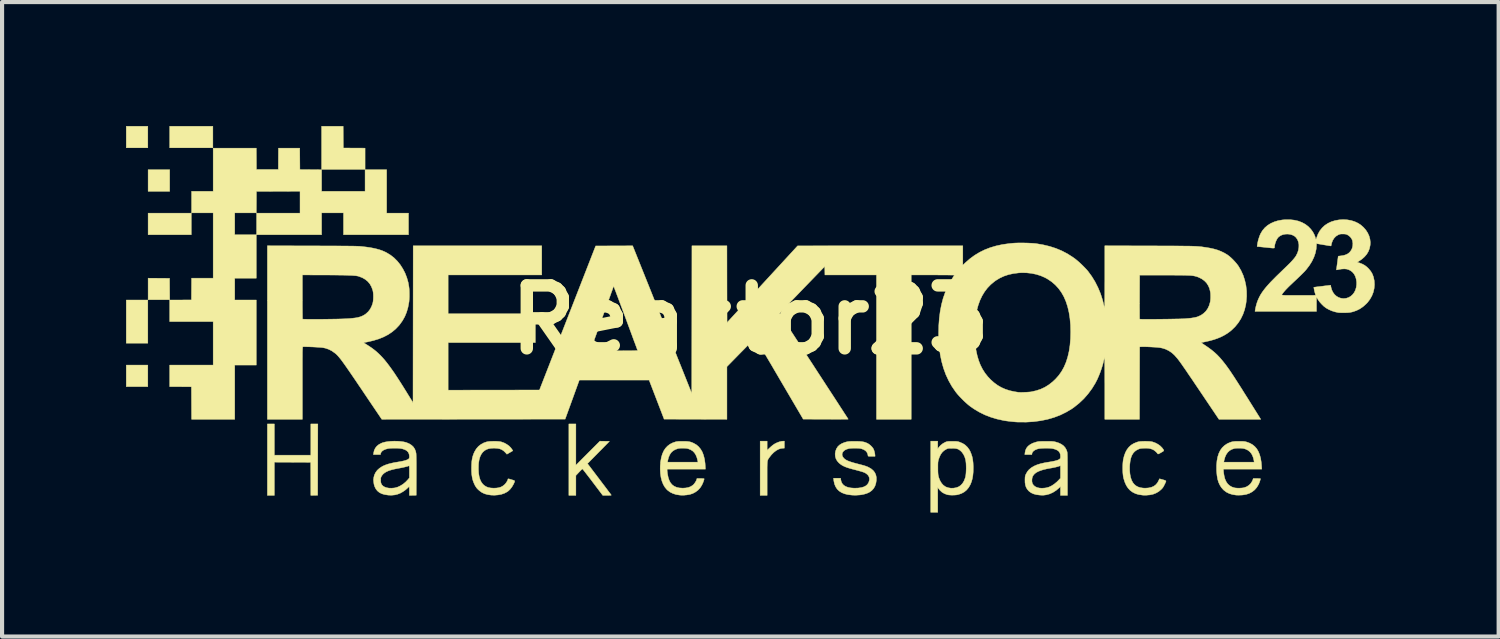
<source format=kicad_pcb>
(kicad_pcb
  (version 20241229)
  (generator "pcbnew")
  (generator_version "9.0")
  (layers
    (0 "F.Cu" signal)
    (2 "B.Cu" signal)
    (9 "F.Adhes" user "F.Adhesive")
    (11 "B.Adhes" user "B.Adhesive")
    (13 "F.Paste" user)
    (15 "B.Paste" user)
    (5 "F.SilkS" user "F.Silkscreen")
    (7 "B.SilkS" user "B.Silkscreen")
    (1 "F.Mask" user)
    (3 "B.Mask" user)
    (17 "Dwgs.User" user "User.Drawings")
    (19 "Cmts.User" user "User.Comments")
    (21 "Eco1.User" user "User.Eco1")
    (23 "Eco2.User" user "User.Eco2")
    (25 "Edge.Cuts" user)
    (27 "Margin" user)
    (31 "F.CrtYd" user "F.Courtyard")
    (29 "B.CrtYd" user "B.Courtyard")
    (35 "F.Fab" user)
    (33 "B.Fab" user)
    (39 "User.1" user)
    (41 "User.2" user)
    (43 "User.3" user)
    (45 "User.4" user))
  (footprint "Reaktor23"
    (layer "F.Cu")
    (at 15.104 4.69)
    (property "Reference" "Reaktor23" (at 0 0 0) (layer "F.SilkS") (effects (font (size 1.524 1.524) (thickness 0.3))))
    (attr through_hole)
    (fp_poly (pts (xy -14.577 -4.163) (xy -15.099 -4.163) (xy -15.099 -4.685) (xy -14.577 -4.685) (xy -14.577 -4.163)) (stroke (width 0.01) (type solid)) (fill yes) (layer "F.SilkS"))
    (fp_poly (pts (xy -14.577 0.564) (xy -15.099 0.564) (xy -15.099 -0.48) (xy -14.577 -0.48) (xy -14.577 0.564)) (stroke (width 0.01) (type solid)) (fill yes) (layer "F.SilkS"))
    (fp_poly (pts (xy -14.577 1.616) (xy -15.099 1.616) (xy -15.099 1.094) (xy -14.577 1.094) (xy -14.577 1.616)) (stroke (width 0.01) (type solid)) (fill yes) (layer "F.SilkS"))
    (fp_poly (pts (xy -14.048 -3.111) (xy -14.57 -3.111) (xy -14.57 -3.634) (xy -14.048 -3.634) (xy -14.048 -3.111)) (stroke (width 0.01) (type solid)) (fill yes) (layer "F.SilkS"))
    (fp_poly (pts (xy -13.525 -2.06) (xy -14.57 -2.06) (xy -14.57 -2.582) (xy -13.525 -2.582) (xy -13.525 -2.06)) (stroke (width 0.01) (type solid)) (fill yes) (layer "F.SilkS"))
    (fp_poly (pts (xy -13.003 -4.163) (xy -14.048 -4.163) (xy -14.048 -4.685) (xy -13.003 -4.685) (xy -13.003 -4.163)) (stroke (width 0.01) (type solid)) (fill yes) (layer "F.SilkS"))
    (fp_poly (pts (xy -14.051 -1.005) (xy -14.049 -0.746) (xy -14.047 -0.487) (xy -14.57 -0.487) (xy -14.57 -1.009) (xy -14.051 -1.005)) (stroke (width 0.01) (type solid)) (fill yes) (layer "F.SilkS"))
    (fp_poly (pts (xy -9.848 -4.422) (xy -9.846 -4.159) (xy -9.583 -4.157) (xy -9.32 -4.156) (xy -9.32 -3.641) (xy -10.372 -3.641) (xy -10.372 -4.685) (xy -9.85 -4.685) (xy -9.848 -4.422)) (stroke (width 0.01) (type solid)) (fill yes) (layer "F.SilkS"))
    (fp_poly (pts (xy -11.515 3.274) (xy -10.633 3.274) (xy -10.633 2.519) (xy -10.463 2.519) (xy -10.465 3.381) (xy -10.467 4.244) (xy -10.55 4.246) (xy -10.633 4.248) (xy -10.634 3.847) (xy -10.636 3.447) (xy -11.075 3.445) (xy -11.515 3.443) (xy -11.515 4.247) (xy -11.684 4.247) (xy -11.684 2.519) (xy -11.515 2.519) (xy -11.515 3.274)) (stroke (width 0.01) (type solid)) (fill yes) (layer "F.SilkS"))
    (fp_poly (pts (xy 0.409 3.156) (xy 0.467 3.1) (xy 0.51 3.061) (xy 0.548 3.03) (xy 0.584 3.005) (xy 0.623 2.984) (xy 0.639 2.976) (xy 0.7 2.952) (xy 0.756 2.938) (xy 0.792 2.935) (xy 0.826 2.935) (xy 0.826 3.104) (xy 0.796 3.105) (xy 0.739 3.112) (xy 0.681 3.132) (xy 0.623 3.165) (xy 0.567 3.209) (xy 0.512 3.265) (xy 0.465 3.325) (xy 0.454 3.341) (xy 0.444 3.355) (xy 0.436 3.368) (xy 0.429 3.381) (xy 0.423 3.395) (xy 0.419 3.412) (xy 0.415 3.432) (xy 0.413 3.458) (xy 0.411 3.49) (xy 0.41 3.529) (xy 0.409 3.577) (xy 0.409 3.635) (xy 0.409 3.704) (xy 0.409 3.785) (xy 0.409 3.836) (xy 0.409 4.247) (xy 0.24 4.247) (xy 0.24 2.935) (xy 0.409 2.935) (xy 0.409 3.156)) (stroke (width 0.01) (type solid)) (fill yes) (layer "F.SilkS"))
    (fp_poly (pts (xy -4.219 3.018) (xy -4.219 3.517) (xy -3.929 3.226) (xy -3.638 2.935) (xy -3.522 2.937) (xy -3.407 2.939) (xy -3.672 3.208) (xy -3.938 3.478) (xy -3.653 3.854) (xy -3.604 3.919) (xy -3.558 3.98) (xy -3.515 4.036) (xy -3.476 4.088) (xy -3.442 4.134) (xy -3.413 4.172) (xy -3.389 4.203) (xy -3.373 4.225) (xy -3.364 4.237) (xy -3.363 4.239) (xy -3.364 4.242) (xy -3.374 4.245) (xy -3.395 4.246) (xy -3.427 4.247) (xy -3.463 4.247) (xy -3.568 4.247) (xy -3.811 3.926) (xy -3.855 3.867) (xy -3.898 3.812) (xy -3.937 3.761) (xy -3.972 3.716) (xy -4.002 3.677) (xy -4.027 3.645) (xy -4.046 3.622) (xy -4.057 3.609) (xy -4.06 3.606) (xy -4.068 3.611) (xy -4.082 3.624) (xy -4.103 3.644) (xy -4.128 3.67) (xy -4.143 3.686) (xy -4.219 3.766) (xy -4.219 4.247) (xy -4.389 4.247) (xy -4.389 2.519) (xy -4.219 2.519) (xy -4.219 3.018)) (stroke (width 0.01) (type solid)) (fill yes) (layer "F.SilkS"))
    (fp_poly (pts (xy -11.95 -3.896) (xy -11.949 -3.637) (xy -11.419 -3.637) (xy -11.418 -3.896) (xy -11.416 -4.156) (xy -10.901 -4.156) (xy -10.897 -3.637) (xy -10.634 -3.635) (xy -10.372 -3.633) (xy -10.372 -3.111) (xy -9.32 -3.111) (xy -9.32 -3.634) (xy -8.798 -3.634) (xy -8.798 -2.582) (xy -8.269 -2.582) (xy -8.269 -2.06) (xy -9.842 -2.06) (xy -9.842 -2.589) (xy -10.372 -2.589) (xy -10.372 -2.06) (xy -11.945 -2.06) (xy -11.945 -2.582) (xy -10.894 -2.582) (xy -10.894 -3.112) (xy -11.421 -3.11) (xy -11.949 -3.108) (xy -11.95 -2.849) (xy -11.952 -2.589) (xy -12.474 -2.589) (xy -12.474 -2.06) (xy -11.952 -2.06) (xy -11.952 -1.009) (xy -12.474 -1.009) (xy -12.474 -0.48) (xy -11.952 -0.48) (xy -11.952 1.094) (xy -12.474 1.094) (xy -12.474 2.406) (xy -13.518 2.406) (xy -13.52 2.013) (xy -13.522 1.619) (xy -13.785 1.617) (xy -14.048 1.616) (xy -14.048 1.094) (xy -12.996 1.094) (xy -12.996 0.042) (xy -14.048 0.042) (xy -14.048 -0.48) (xy -13.785 -0.481) (xy -13.522 -0.483) (xy -13.52 -0.746) (xy -13.518 -1.009) (xy -12.996 -1.009) (xy -12.996 -2.589) (xy -13.518 -2.589) (xy -13.518 -3.111) (xy -12.996 -3.111) (xy -12.996 -4.156) (xy -11.952 -4.156) (xy -11.95 -3.896)) (stroke (width 0.01) (type solid)) (fill yes) (layer "F.SilkS"))
    (fp_poly (pts (xy -6.153 2.938) (xy -6.104 2.941) (xy -6.061 2.945) (xy -6.029 2.951) (xy -6.025 2.952) (xy -5.957 2.976) (xy -5.894 3.01) (xy -5.837 3.05) (xy -5.791 3.097) (xy -5.765 3.133) (xy -5.744 3.167) (xy -5.888 3.251) (xy -5.927 3.208) (xy -5.967 3.17) (xy -6.009 3.142) (xy -6.056 3.122) (xy -6.111 3.11) (xy -6.175 3.105) (xy -6.203 3.104) (xy -6.273 3.108) (xy -6.332 3.118) (xy -6.382 3.136) (xy -6.427 3.162) (xy -6.468 3.198) (xy -6.473 3.203) (xy -6.509 3.252) (xy -6.538 3.312) (xy -6.559 3.383) (xy -6.572 3.465) (xy -6.575 3.506) (xy -6.577 3.613) (xy -6.572 3.708) (xy -6.559 3.791) (xy -6.538 3.862) (xy -6.509 3.923) (xy -6.473 3.972) (xy -6.471 3.975) (xy -6.43 4.011) (xy -6.386 4.038) (xy -6.336 4.057) (xy -6.278 4.068) (xy -6.209 4.072) (xy -6.205 4.072) (xy -6.137 4.069) (xy -6.08 4.06) (xy -6.031 4.044) (xy -5.987 4.02) (xy -5.946 3.987) (xy -5.943 3.985) (xy -5.923 3.963) (xy -5.903 3.936) (xy -5.885 3.908) (xy -5.871 3.881) (xy -5.864 3.86) (xy -5.863 3.855) (xy -5.862 3.849) (xy -5.858 3.847) (xy -5.849 3.847) (xy -5.832 3.85) (xy -5.806 3.858) (xy -5.771 3.868) (xy -5.738 3.878) (xy -5.716 3.885) (xy -5.704 3.893) (xy -5.7 3.905) (xy -5.704 3.921) (xy -5.714 3.946) (xy -5.731 3.981) (xy -5.733 3.985) (xy -5.767 4.043) (xy -5.808 4.096) (xy -5.853 4.14) (xy -5.884 4.162) (xy -5.948 4.196) (xy -6.021 4.221) (xy -6.102 4.236) (xy -6.189 4.243) (xy -6.272 4.24) (xy -6.355 4.228) (xy -6.427 4.208) (xy -6.491 4.178) (xy -6.549 4.137) (xy -6.584 4.106) (xy -6.614 4.075) (xy -6.636 4.045) (xy -6.656 4.013) (xy -6.67 3.986) (xy -6.695 3.929) (xy -6.715 3.871) (xy -6.729 3.809) (xy -6.739 3.741) (xy -6.744 3.665) (xy -6.745 3.588) (xy -6.743 3.501) (xy -6.738 3.426) (xy -6.728 3.359) (xy -6.713 3.298) (xy -6.693 3.24) (xy -6.67 3.189) (xy -6.629 3.121) (xy -6.578 3.062) (xy -6.517 3.014) (xy -6.448 2.976) (xy -6.378 2.952) (xy -6.347 2.946) (xy -6.306 2.941) (xy -6.257 2.939) (xy -6.205 2.938) (xy -6.153 2.938)) (stroke (width 0.01) (type solid)) (fill yes) (layer "F.SilkS"))
    (fp_poly (pts (xy 11.876 2.939) (xy 11.913 2.94) (xy 11.942 2.941) (xy 11.965 2.944) (xy 11.986 2.948) (xy 12.008 2.954) (xy 12.011 2.955) (xy 12.085 2.982) (xy 12.151 3.018) (xy 12.208 3.064) (xy 12.256 3.119) (xy 12.295 3.185) (xy 12.326 3.261) (xy 12.35 3.348) (xy 12.366 3.447) (xy 12.373 3.53) (xy 12.378 3.612) (xy 11.451 3.612) (xy 11.451 3.642) (xy 11.453 3.678) (xy 11.459 3.722) (xy 11.467 3.769) (xy 11.477 3.813) (xy 11.487 3.849) (xy 11.489 3.854) (xy 11.518 3.918) (xy 11.555 3.971) (xy 11.601 4.012) (xy 11.655 4.043) (xy 11.715 4.063) (xy 11.746 4.068) (xy 11.786 4.071) (xy 11.831 4.072) (xy 11.876 4.07) (xy 11.916 4.066) (xy 11.947 4.061) (xy 11.947 4.061) (xy 12.011 4.038) (xy 12.065 4.004) (xy 12.11 3.961) (xy 12.144 3.908) (xy 12.16 3.872) (xy 12.173 3.838) (xy 12.26 3.838) (xy 12.293 3.839) (xy 12.321 3.84) (xy 12.339 3.842) (xy 12.347 3.844) (xy 12.347 3.845) (xy 12.345 3.858) (xy 12.338 3.881) (xy 12.329 3.91) (xy 12.318 3.94) (xy 12.307 3.967) (xy 12.298 3.986) (xy 12.256 4.056) (xy 12.205 4.114) (xy 12.145 4.161) (xy 12.077 4.198) (xy 11.999 4.224) (xy 11.913 4.238) (xy 11.818 4.242) (xy 11.756 4.24) (xy 11.673 4.227) (xy 11.595 4.204) (xy 11.525 4.17) (xy 11.464 4.125) (xy 11.444 4.106) (xy 11.399 4.054) (xy 11.362 3.995) (xy 11.332 3.929) (xy 11.31 3.855) (xy 11.295 3.77) (xy 11.286 3.675) (xy 11.284 3.636) (xy 11.284 3.519) (xy 11.291 3.443) (xy 11.459 3.443) (xy 12.194 3.443) (xy 12.189 3.408) (xy 12.18 3.365) (xy 12.166 3.318) (xy 12.147 3.273) (xy 12.128 3.238) (xy 12.09 3.192) (xy 12.042 3.154) (xy 11.983 3.126) (xy 11.947 3.115) (xy 11.916 3.11) (xy 11.876 3.106) (xy 11.831 3.105) (xy 11.786 3.105) (xy 11.745 3.108) (xy 11.718 3.112) (xy 11.655 3.132) (xy 11.601 3.162) (xy 11.556 3.203) (xy 11.518 3.256) (xy 11.489 3.32) (xy 11.468 3.395) (xy 11.463 3.42) (xy 11.459 3.443) (xy 11.291 3.443) (xy 11.293 3.413) (xy 11.311 3.317) (xy 11.338 3.232) (xy 11.374 3.158) (xy 11.419 3.095) (xy 11.474 3.042) (xy 11.537 2.999) (xy 11.561 2.987) (xy 11.597 2.971) (xy 11.631 2.958) (xy 11.664 2.949) (xy 11.699 2.944) (xy 11.741 2.94) (xy 11.791 2.939) (xy 11.829 2.939) (xy 11.876 2.939)) (stroke (width 0.01) (type solid)) (fill yes) (layer "F.SilkS"))
    (fp_poly (pts (xy -1.576 2.939) (xy -1.529 2.941) (xy -1.49 2.946) (xy -1.456 2.952) (xy -1.423 2.962) (xy -1.389 2.976) (xy -1.369 2.985) (xy -1.303 3.023) (xy -1.247 3.071) (xy -1.199 3.13) (xy -1.159 3.199) (xy -1.129 3.28) (xy -1.106 3.371) (xy -1.092 3.474) (xy -1.089 3.526) (xy -1.084 3.612) (xy -2.011 3.612) (xy -2.011 3.639) (xy -2.01 3.658) (xy -2.007 3.685) (xy -2.003 3.718) (xy -2 3.735) (xy -1.984 3.816) (xy -1.96 3.885) (xy -1.929 3.943) (xy -1.89 3.989) (xy -1.842 4.025) (xy -1.786 4.05) (xy -1.72 4.066) (xy -1.645 4.071) (xy -1.633 4.072) (xy -1.558 4.067) (xy -1.492 4.054) (xy -1.435 4.031) (xy -1.386 3.998) (xy -1.383 3.996) (xy -1.362 3.974) (xy -1.339 3.944) (xy -1.318 3.911) (xy -1.302 3.88) (xy -1.297 3.865) (xy -1.289 3.838) (xy -1.202 3.838) (xy -1.164 3.839) (xy -1.138 3.84) (xy -1.123 3.842) (xy -1.116 3.845) (xy -1.115 3.848) (xy -1.118 3.865) (xy -1.126 3.891) (xy -1.137 3.923) (xy -1.151 3.957) (xy -1.167 3.99) (xy -1.173 4.003) (xy -1.213 4.065) (xy -1.264 4.12) (xy -1.324 4.165) (xy -1.391 4.201) (xy -1.464 4.225) (xy -1.541 4.237) (xy -1.57 4.239) (xy -1.597 4.242) (xy -1.616 4.243) (xy -1.634 4.243) (xy -1.661 4.243) (xy -1.693 4.241) (xy -1.706 4.24) (xy -1.792 4.227) (xy -1.87 4.202) (xy -1.941 4.167) (xy -2.003 4.12) (xy -2.019 4.105) (xy -2.066 4.048) (xy -2.105 3.981) (xy -2.136 3.903) (xy -2.159 3.816) (xy -2.173 3.72) (xy -2.179 3.616) (xy -2.178 3.538) (xy -2.17 3.443) (xy -2.002 3.443) (xy -1.265 3.443) (xy -1.271 3.41) (xy -1.29 3.334) (xy -1.316 3.27) (xy -1.349 3.217) (xy -1.391 3.174) (xy -1.442 3.142) (xy -1.503 3.118) (xy -1.514 3.115) (xy -1.548 3.109) (xy -1.591 3.106) (xy -1.639 3.105) (xy -1.686 3.106) (xy -1.727 3.11) (xy -1.752 3.115) (xy -1.815 3.138) (xy -1.869 3.17) (xy -1.914 3.212) (xy -1.949 3.265) (xy -1.976 3.329) (xy -1.993 3.395) (xy -2.002 3.443) (xy -2.17 3.443) (xy -2.169 3.43) (xy -2.152 3.333) (xy -2.127 3.247) (xy -2.094 3.172) (xy -2.052 3.107) (xy -2.001 3.053) (xy -1.941 3.008) (xy -1.872 2.973) (xy -1.806 2.951) (xy -1.785 2.946) (xy -1.761 2.943) (xy -1.731 2.94) (xy -1.693 2.939) (xy -1.644 2.939) (xy -1.633 2.939) (xy -1.576 2.939)) (stroke (width 0.01) (type solid)) (fill yes) (layer "F.SilkS"))
    (fp_poly (pts (xy 4.537 3.119) (xy 4.571 3.075) (xy 4.613 3.03) (xy 4.665 2.99) (xy 4.723 2.959) (xy 4.732 2.955) (xy 4.748 2.949) (xy 4.764 2.945) (xy 4.782 2.942) (xy 4.804 2.94) (xy 4.834 2.939) (xy 4.875 2.939) (xy 4.893 2.939) (xy 4.938 2.939) (xy 4.971 2.94) (xy 4.997 2.941) (xy 5.017 2.944) (xy 5.036 2.948) (xy 5.055 2.954) (xy 5.069 2.959) (xy 5.142 2.99) (xy 5.204 3.031) (xy 5.257 3.082) (xy 5.301 3.143) (xy 5.323 3.184) (xy 5.349 3.248) (xy 5.37 3.313) (xy 5.384 3.384) (xy 5.393 3.462) (xy 5.397 3.55) (xy 5.397 3.588) (xy 5.395 3.683) (xy 5.387 3.768) (xy 5.374 3.843) (xy 5.355 3.912) (xy 5.33 3.977) (xy 5.323 3.991) (xy 5.283 4.06) (xy 5.234 4.118) (xy 5.177 4.165) (xy 5.111 4.201) (xy 5.036 4.226) (xy 5.002 4.234) (xy 4.968 4.238) (xy 4.925 4.24) (xy 4.879 4.241) (xy 4.834 4.239) (xy 4.795 4.235) (xy 4.768 4.23) (xy 4.7 4.205) (xy 4.64 4.17) (xy 4.589 4.123) (xy 4.564 4.093) (xy 4.537 4.055) (xy 4.537 4.657) (xy 4.367 4.657) (xy 4.367 3.581) (xy 4.541 3.581) (xy 4.541 3.644) (xy 4.543 3.696) (xy 4.546 3.739) (xy 4.552 3.776) (xy 4.561 3.81) (xy 4.573 3.844) (xy 4.588 3.88) (xy 4.594 3.893) (xy 4.629 3.952) (xy 4.672 4) (xy 4.722 4.036) (xy 4.739 4.044) (xy 4.795 4.063) (xy 4.857 4.073) (xy 4.922 4.071) (xy 4.987 4.06) (xy 4.988 4.059) (xy 5.046 4.037) (xy 5.096 4.002) (xy 5.138 3.956) (xy 5.173 3.898) (xy 5.2 3.828) (xy 5.209 3.798) (xy 5.216 3.76) (xy 5.221 3.711) (xy 5.224 3.655) (xy 5.226 3.596) (xy 5.225 3.537) (xy 5.223 3.48) (xy 5.218 3.431) (xy 5.212 3.391) (xy 5.212 3.39) (xy 5.191 3.32) (xy 5.162 3.258) (xy 5.126 3.206) (xy 5.102 3.18) (xy 5.071 3.154) (xy 5.041 3.134) (xy 5.01 3.121) (xy 4.974 3.113) (xy 4.931 3.109) (xy 4.882 3.108) (xy 4.844 3.108) (xy 4.816 3.109) (xy 4.795 3.111) (xy 4.779 3.114) (xy 4.763 3.12) (xy 4.745 3.129) (xy 4.741 3.131) (xy 4.688 3.164) (xy 4.643 3.207) (xy 4.605 3.262) (xy 4.575 3.328) (xy 4.561 3.369) (xy 4.554 3.391) (xy 4.549 3.41) (xy 4.546 3.429) (xy 4.543 3.451) (xy 4.542 3.478) (xy 4.541 3.512) (xy 4.541 3.557) (xy 4.541 3.581) (xy 4.367 3.581) (xy 4.367 2.935) (xy 4.537 2.935) (xy 4.537 3.119)) (stroke (width 0.01) (type solid)) (fill yes) (layer "F.SilkS"))
    (fp_poly (pts (xy 9.609 2.939) (xy 9.657 2.941) (xy 9.699 2.945) (xy 9.73 2.951) (xy 9.799 2.975) (xy 9.864 3.009) (xy 9.92 3.049) (xy 9.967 3.096) (xy 9.987 3.123) (xy 9.999 3.14) (xy 10.006 3.154) (xy 10.006 3.164) (xy 9.999 3.174) (xy 9.984 3.186) (xy 9.958 3.201) (xy 9.931 3.217) (xy 9.902 3.233) (xy 9.883 3.242) (xy 9.871 3.246) (xy 9.865 3.245) (xy 9.86 3.241) (xy 9.86 3.24) (xy 9.845 3.221) (xy 9.823 3.197) (xy 9.796 3.174) (xy 9.769 3.153) (xy 9.748 3.141) (xy 9.709 3.125) (xy 9.67 3.114) (xy 9.628 3.107) (xy 9.579 3.105) (xy 9.536 3.106) (xy 9.493 3.108) (xy 9.46 3.111) (xy 9.434 3.115) (xy 9.412 3.122) (xy 9.403 3.125) (xy 9.348 3.152) (xy 9.302 3.186) (xy 9.264 3.229) (xy 9.233 3.282) (xy 9.21 3.344) (xy 9.194 3.418) (xy 9.184 3.503) (xy 9.181 3.545) (xy 9.181 3.642) (xy 9.189 3.73) (xy 9.204 3.809) (xy 9.227 3.878) (xy 9.257 3.936) (xy 9.291 3.978) (xy 9.334 4.015) (xy 9.384 4.042) (xy 9.44 4.06) (xy 9.506 4.07) (xy 9.557 4.072) (xy 9.635 4.067) (xy 9.703 4.052) (xy 9.761 4.028) (xy 9.81 3.993) (xy 9.85 3.948) (xy 9.879 3.897) (xy 9.89 3.873) (xy 9.898 3.856) (xy 9.903 3.847) (xy 9.903 3.846) (xy 9.91 3.847) (xy 9.928 3.852) (xy 9.954 3.859) (xy 9.983 3.867) (xy 10.02 3.878) (xy 10.044 3.887) (xy 10.057 3.895) (xy 10.061 3.901) (xy 10.058 3.912) (xy 10.05 3.932) (xy 10.038 3.959) (xy 10.025 3.985) (xy 10.005 4.025) (xy 9.986 4.056) (xy 9.964 4.083) (xy 9.942 4.105) (xy 9.885 4.153) (xy 9.819 4.191) (xy 9.748 4.219) (xy 9.673 4.235) (xy 9.649 4.237) (xy 9.62 4.239) (xy 9.593 4.242) (xy 9.574 4.243) (xy 9.556 4.243) (xy 9.528 4.243) (xy 9.497 4.241) (xy 9.49 4.24) (xy 9.402 4.228) (xy 9.324 4.205) (xy 9.255 4.171) (xy 9.194 4.127) (xy 9.142 4.071) (xy 9.099 4.005) (xy 9.064 3.927) (xy 9.036 3.838) (xy 9.026 3.792) (xy 9.021 3.751) (xy 9.016 3.7) (xy 9.014 3.642) (xy 9.013 3.581) (xy 9.014 3.52) (xy 9.017 3.463) (xy 9.022 3.414) (xy 9.026 3.383) (xy 9.049 3.29) (xy 9.079 3.208) (xy 9.117 3.138) (xy 9.163 3.079) (xy 9.217 3.03) (xy 9.28 2.991) (xy 9.353 2.961) (xy 9.384 2.951) (xy 9.415 2.945) (xy 9.456 2.941) (xy 9.505 2.939) (xy 9.557 2.938) (xy 9.609 2.939)) (stroke (width 0.01) (type solid)) (fill yes) (layer "F.SilkS"))
    (fp_poly (pts (xy -8.54 2.936) (xy -8.465 2.941) (xy -8.396 2.95) (xy -8.337 2.963) (xy -8.318 2.969) (xy -8.25 2.998) (xy -8.194 3.034) (xy -8.15 3.076) (xy -8.117 3.127) (xy -8.095 3.185) (xy -8.085 3.235) (xy -8.084 3.255) (xy -8.083 3.288) (xy -8.082 3.333) (xy -8.081 3.391) (xy -8.08 3.46) (xy -8.08 3.54) (xy -8.08 3.63) (xy -8.08 3.73) (xy -8.08 3.768) (xy -8.082 4.244) (xy -8.248 4.248) (xy -8.248 4.142) (xy -8.248 4.105) (xy -8.249 4.074) (xy -8.251 4.05) (xy -8.253 4.038) (xy -8.254 4.036) (xy -8.261 4.04) (xy -8.275 4.053) (xy -8.287 4.065) (xy -8.342 4.114) (xy -8.403 4.157) (xy -8.467 4.193) (xy -8.533 4.219) (xy -8.596 4.235) (xy -8.618 4.237) (xy -8.645 4.24) (xy -8.667 4.242) (xy -8.678 4.243) (xy -8.693 4.243) (xy -8.718 4.242) (xy -8.748 4.241) (xy -8.763 4.24) (xy -8.844 4.228) (xy -8.913 4.208) (xy -8.973 4.178) (xy -9.022 4.138) (xy -9.06 4.09) (xy -9.089 4.031) (xy -9.105 3.975) (xy -9.115 3.897) (xy -9.115 3.881) (xy -8.943 3.881) (xy -8.94 3.927) (xy -8.93 3.963) (xy -8.913 3.993) (xy -8.886 4.02) (xy -8.885 4.021) (xy -8.847 4.044) (xy -8.799 4.061) (xy -8.744 4.071) (xy -8.683 4.073) (xy -8.62 4.068) (xy -8.593 4.064) (xy -8.528 4.045) (xy -8.463 4.014) (xy -8.398 3.973) (xy -8.337 3.922) (xy -8.283 3.865) (xy -8.248 3.823) (xy -8.248 3.675) (xy -8.248 3.625) (xy -8.248 3.588) (xy -8.249 3.562) (xy -8.25 3.545) (xy -8.252 3.535) (xy -8.255 3.531) (xy -8.258 3.531) (xy -8.26 3.532) (xy -8.292 3.543) (xy -8.336 3.555) (xy -8.39 3.568) (xy -8.453 3.581) (xy -8.508 3.591) (xy -8.6 3.609) (xy -8.678 3.628) (xy -8.745 3.649) (xy -8.8 3.673) (xy -8.846 3.7) (xy -8.882 3.73) (xy -8.911 3.764) (xy -8.922 3.783) (xy -8.933 3.804) (xy -8.939 3.822) (xy -8.942 3.843) (xy -8.943 3.871) (xy -8.943 3.881) (xy -9.115 3.881) (xy -9.112 3.825) (xy -9.096 3.758) (xy -9.067 3.696) (xy -9.026 3.64) (xy -8.972 3.591) (xy -8.906 3.548) (xy -8.881 3.535) (xy -8.823 3.51) (xy -8.758 3.488) (xy -8.684 3.469) (xy -8.6 3.451) (xy -8.53 3.44) (xy -8.45 3.426) (xy -8.384 3.412) (xy -8.331 3.397) (xy -8.292 3.381) (xy -8.266 3.365) (xy -8.255 3.352) (xy -8.249 3.33) (xy -8.248 3.3) (xy -8.252 3.267) (xy -8.258 3.241) (xy -8.277 3.202) (xy -8.308 3.169) (xy -8.351 3.143) (xy -8.407 3.123) (xy -8.443 3.115) (xy -8.48 3.11) (xy -8.528 3.106) (xy -8.581 3.105) (xy -8.637 3.105) (xy -8.689 3.107) (xy -8.736 3.11) (xy -8.768 3.115) (xy -8.823 3.13) (xy -8.87 3.15) (xy -8.907 3.176) (xy -8.932 3.206) (xy -8.944 3.237) (xy -8.948 3.26) (xy -9.118 3.26) (xy -9.113 3.221) (xy -9.099 3.159) (xy -9.073 3.104) (xy -9.035 3.056) (xy -8.986 3.016) (xy -8.925 2.984) (xy -8.892 2.971) (xy -8.835 2.956) (xy -8.768 2.945) (xy -8.694 2.938) (xy -8.617 2.935) (xy -8.54 2.936)) (stroke (width 0.01) (type solid)) (fill yes) (layer "F.SilkS"))
    (fp_poly (pts (xy 7.254 2.939) (xy 7.288 2.94) (xy 7.315 2.942) (xy 7.338 2.944) (xy 7.358 2.947) (xy 7.378 2.952) (xy 7.389 2.954) (xy 7.464 2.978) (xy 7.528 3.009) (xy 7.58 3.046) (xy 7.62 3.091) (xy 7.65 3.144) (xy 7.667 3.191) (xy 7.669 3.201) (xy 7.67 3.215) (xy 7.672 3.235) (xy 7.673 3.261) (xy 7.674 3.295) (xy 7.675 3.336) (xy 7.675 3.387) (xy 7.676 3.448) (xy 7.676 3.52) (xy 7.676 3.604) (xy 7.676 3.701) (xy 7.676 3.738) (xy 7.676 4.247) (xy 7.507 4.247) (xy 7.507 4.033) (xy 7.474 4.065) (xy 7.401 4.127) (xy 7.324 4.176) (xy 7.244 4.212) (xy 7.162 4.234) (xy 7.101 4.242) (xy 7.078 4.242) (xy 7.046 4.242) (xy 7.012 4.24) (xy 6.999 4.239) (xy 6.921 4.229) (xy 6.853 4.21) (xy 6.795 4.183) (xy 6.746 4.146) (xy 6.736 4.137) (xy 6.701 4.095) (xy 6.675 4.049) (xy 6.658 3.996) (xy 6.649 3.936) (xy 6.648 3.871) (xy 6.816 3.871) (xy 6.817 3.914) (xy 6.825 3.951) (xy 6.829 3.962) (xy 6.855 4.001) (xy 6.891 4.032) (xy 6.938 4.055) (xy 6.993 4.069) (xy 7.057 4.074) (xy 7.127 4.069) (xy 7.168 4.063) (xy 7.23 4.045) (xy 7.293 4.015) (xy 7.357 3.973) (xy 7.419 3.922) (xy 7.452 3.889) (xy 7.507 3.831) (xy 7.507 3.529) (xy 7.445 3.549) (xy 7.416 3.557) (xy 7.377 3.567) (xy 7.332 3.576) (xy 7.287 3.585) (xy 7.271 3.587) (xy 7.175 3.605) (xy 7.092 3.625) (xy 7.022 3.647) (xy 6.963 3.671) (xy 6.915 3.698) (xy 6.877 3.729) (xy 6.848 3.764) (xy 6.832 3.792) (xy 6.821 3.829) (xy 6.816 3.871) (xy 6.648 3.871) (xy 6.648 3.865) (xy 6.648 3.863) (xy 6.649 3.826) (xy 6.651 3.799) (xy 6.655 3.778) (xy 6.66 3.759) (xy 6.669 3.739) (xy 6.676 3.725) (xy 6.708 3.669) (xy 6.748 3.622) (xy 6.798 3.581) (xy 6.808 3.574) (xy 6.871 3.537) (xy 6.942 3.506) (xy 7.023 3.481) (xy 7.115 3.46) (xy 7.169 3.45) (xy 7.244 3.438) (xy 7.306 3.427) (xy 7.357 3.417) (xy 7.398 3.407) (xy 7.431 3.397) (xy 7.456 3.387) (xy 7.476 3.376) (xy 7.486 3.368) (xy 7.497 3.357) (xy 7.504 3.347) (xy 7.506 3.331) (xy 7.507 3.307) (xy 7.507 3.301) (xy 7.503 3.253) (xy 7.488 3.212) (xy 7.464 3.179) (xy 7.428 3.153) (xy 7.381 3.132) (xy 7.321 3.115) (xy 7.317 3.115) (xy 7.283 3.11) (xy 7.24 3.107) (xy 7.191 3.105) (xy 7.139 3.105) (xy 7.087 3.107) (xy 7.038 3.11) (xy 6.997 3.114) (xy 6.965 3.12) (xy 6.957 3.122) (xy 6.902 3.143) (xy 6.861 3.168) (xy 6.833 3.197) (xy 6.819 3.229) (xy 6.818 3.233) (xy 6.814 3.26) (xy 6.644 3.26) (xy 6.649 3.214) (xy 6.661 3.155) (xy 6.685 3.103) (xy 6.722 3.057) (xy 6.772 3.018) (xy 6.833 2.985) (xy 6.907 2.96) (xy 6.913 2.958) (xy 6.935 2.952) (xy 6.955 2.948) (xy 6.974 2.944) (xy 6.996 2.942) (xy 7.022 2.941) (xy 7.056 2.94) (xy 7.098 2.939) (xy 7.153 2.939) (xy 7.154 2.939) (xy 7.21 2.939) (xy 7.254 2.939)) (stroke (width 0.01) (type solid)) (fill yes) (layer "F.SilkS"))
    (fp_poly (pts (xy 2.54 2.939) (xy 2.604 2.94) (xy 2.656 2.942) (xy 2.699 2.946) (xy 2.736 2.952) (xy 2.77 2.96) (xy 2.803 2.972) (xy 2.837 2.987) (xy 2.841 2.989) (xy 2.875 3.01) (xy 2.911 3.039) (xy 2.944 3.072) (xy 2.97 3.105) (xy 2.984 3.129) (xy 2.996 3.16) (xy 3.007 3.198) (xy 3.015 3.237) (xy 3.019 3.271) (xy 3.02 3.279) (xy 3.02 3.302) (xy 2.935 3.302) (xy 2.899 3.302) (xy 2.875 3.301) (xy 2.861 3.299) (xy 2.853 3.296) (xy 2.851 3.292) (xy 2.85 3.289) (xy 2.848 3.275) (xy 2.844 3.254) (xy 2.84 3.241) (xy 2.821 3.201) (xy 2.79 3.167) (xy 2.748 3.14) (xy 2.696 3.12) (xy 2.663 3.112) (xy 2.631 3.108) (xy 2.589 3.106) (xy 2.541 3.105) (xy 2.492 3.105) (xy 2.446 3.108) (xy 2.406 3.111) (xy 2.383 3.115) (xy 2.33 3.131) (xy 2.287 3.153) (xy 2.255 3.18) (xy 2.233 3.211) (xy 2.223 3.245) (xy 2.225 3.281) (xy 2.241 3.317) (xy 2.262 3.344) (xy 2.281 3.363) (xy 2.303 3.38) (xy 2.33 3.396) (xy 2.361 3.411) (xy 2.399 3.426) (xy 2.446 3.442) (xy 2.502 3.459) (xy 2.57 3.477) (xy 2.631 3.493) (xy 2.692 3.509) (xy 2.742 3.522) (xy 2.783 3.535) (xy 2.816 3.547) (xy 2.846 3.559) (xy 2.862 3.567) (xy 2.925 3.603) (xy 2.976 3.646) (xy 3.014 3.695) (xy 3.039 3.751) (xy 3.052 3.812) (xy 3.052 3.88) (xy 3.052 3.881) (xy 3.04 3.957) (xy 3.018 4.023) (xy 2.985 4.08) (xy 2.941 4.129) (xy 2.886 4.168) (xy 2.868 4.178) (xy 2.815 4.201) (xy 2.753 4.219) (xy 2.69 4.232) (xy 2.646 4.237) (xy 2.614 4.239) (xy 2.584 4.241) (xy 2.561 4.243) (xy 2.541 4.243) (xy 2.511 4.242) (xy 2.476 4.241) (xy 2.452 4.239) (xy 2.36 4.228) (xy 2.28 4.208) (xy 2.21 4.179) (xy 2.151 4.141) (xy 2.103 4.094) (xy 2.066 4.037) (xy 2.039 3.972) (xy 2.023 3.898) (xy 2.021 3.879) (xy 2.016 3.831) (xy 2.186 3.831) (xy 2.191 3.865) (xy 2.204 3.919) (xy 2.228 3.965) (xy 2.263 4.002) (xy 2.308 4.031) (xy 2.365 4.052) (xy 2.433 4.066) (xy 2.513 4.072) (xy 2.533 4.072) (xy 2.617 4.069) (xy 2.688 4.058) (xy 2.748 4.041) (xy 2.797 4.016) (xy 2.835 3.983) (xy 2.862 3.943) (xy 2.879 3.894) (xy 2.884 3.866) (xy 2.882 3.823) (xy 2.867 3.783) (xy 2.839 3.746) (xy 2.799 3.714) (xy 2.763 3.694) (xy 2.744 3.687) (xy 2.714 3.677) (xy 2.676 3.665) (xy 2.631 3.653) (xy 2.583 3.64) (xy 2.558 3.633) (xy 2.477 3.612) (xy 2.408 3.593) (xy 2.35 3.575) (xy 2.301 3.557) (xy 2.259 3.538) (xy 2.223 3.519) (xy 2.19 3.497) (xy 2.16 3.473) (xy 2.145 3.46) (xy 2.103 3.412) (xy 2.074 3.359) (xy 2.058 3.302) (xy 2.054 3.241) (xy 2.064 3.179) (xy 2.087 3.116) (xy 2.089 3.114) (xy 2.12 3.066) (xy 2.163 3.026) (xy 2.218 2.992) (xy 2.284 2.965) (xy 2.332 2.952) (xy 2.355 2.947) (xy 2.379 2.944) (xy 2.406 2.941) (xy 2.441 2.94) (xy 2.484 2.939) (xy 2.538 2.939) (xy 2.54 2.939)) (stroke (width 0.01) (type solid)) (fill yes) (layer "F.SilkS"))
    (fp_poly (pts (xy 14.445 -2.421) (xy 14.539 -2.405) (xy 14.628 -2.377) (xy 14.71 -2.338) (xy 14.773 -2.297) (xy 14.839 -2.239) (xy 14.896 -2.174) (xy 14.941 -2.104) (xy 14.975 -2.03) (xy 14.996 -1.952) (xy 15.005 -1.874) (xy 15.001 -1.808) (xy 14.985 -1.728) (xy 14.957 -1.655) (xy 14.917 -1.588) (xy 14.864 -1.526) (xy 14.798 -1.468) (xy 14.746 -1.432) (xy 14.689 -1.395) (xy 14.737 -1.38) (xy 14.807 -1.353) (xy 14.867 -1.321) (xy 14.921 -1.28) (xy 14.966 -1.236) (xy 15.016 -1.175) (xy 15.054 -1.11) (xy 15.081 -1.037) (xy 15.098 -0.956) (xy 15.1 -0.946) (xy 15.105 -0.852) (xy 15.097 -0.759) (xy 15.076 -0.668) (xy 15.042 -0.581) (xy 14.995 -0.498) (xy 14.937 -0.421) (xy 14.903 -0.386) (xy 14.829 -0.32) (xy 14.752 -0.267) (xy 14.67 -0.226) (xy 14.581 -0.195) (xy 14.571 -0.193) (xy 14.541 -0.186) (xy 14.512 -0.18) (xy 14.481 -0.177) (xy 14.445 -0.174) (xy 14.399 -0.173) (xy 14.386 -0.173) (xy 14.343 -0.172) (xy 14.302 -0.173) (xy 14.265 -0.174) (xy 14.238 -0.176) (xy 14.228 -0.177) (xy 14.149 -0.194) (xy 14.07 -0.219) (xy 13.996 -0.252) (xy 13.93 -0.29) (xy 13.928 -0.292) (xy 13.878 -0.33) (xy 13.829 -0.378) (xy 13.782 -0.43) (xy 13.742 -0.485) (xy 13.723 -0.517) (xy 13.702 -0.554) (xy 13.702 -0.205) (xy 12.214 -0.205) (xy 12.218 -0.231) (xy 12.225 -0.273) (xy 12.236 -0.322) (xy 12.249 -0.372) (xy 12.263 -0.418) (xy 12.27 -0.438) (xy 12.29 -0.489) (xy 12.312 -0.537) (xy 12.337 -0.586) (xy 12.352 -0.611) (xy 12.863 -0.611) (xy 12.864 -0.606) (xy 12.869 -0.602) (xy 12.879 -0.599) (xy 12.895 -0.597) (xy 12.918 -0.595) (xy 12.949 -0.594) (xy 12.99 -0.593) (xy 13.041 -0.593) (xy 13.103 -0.593) (xy 13.176 -0.593) (xy 13.263 -0.593) (xy 13.271 -0.593) (xy 13.346 -0.593) (xy 13.416 -0.593) (xy 13.481 -0.593) (xy 13.538 -0.594) (xy 13.588 -0.594) (xy 13.628 -0.594) (xy 13.658 -0.595) (xy 13.676 -0.596) (xy 13.681 -0.596) (xy 13.679 -0.604) (xy 13.674 -0.622) (xy 13.667 -0.647) (xy 13.664 -0.658) (xy 13.655 -0.69) (xy 13.648 -0.723) (xy 13.643 -0.749) (xy 13.642 -0.753) (xy 13.637 -0.789) (xy 13.668 -0.793) (xy 13.684 -0.795) (xy 13.712 -0.799) (xy 13.748 -0.803) (xy 13.79 -0.808) (xy 13.836 -0.814) (xy 13.847 -0.815) (xy 13.892 -0.821) (xy 13.935 -0.826) (xy 13.971 -0.83) (xy 14 -0.834) (xy 14.017 -0.836) (xy 14.019 -0.836) (xy 14.044 -0.84) (xy 14.053 -0.792) (xy 14.072 -0.725) (xy 14.101 -0.666) (xy 14.138 -0.615) (xy 14.184 -0.574) (xy 14.236 -0.543) (xy 14.293 -0.524) (xy 14.354 -0.516) (xy 14.418 -0.522) (xy 14.423 -0.523) (xy 14.481 -0.542) (xy 14.533 -0.573) (xy 14.578 -0.614) (xy 14.616 -0.664) (xy 14.645 -0.723) (xy 14.664 -0.787) (xy 14.673 -0.856) (xy 14.673 -0.914) (xy 14.662 -0.989) (xy 14.641 -1.055) (xy 14.611 -1.111) (xy 14.57 -1.158) (xy 14.533 -1.187) (xy 14.485 -1.213) (xy 14.433 -1.229) (xy 14.374 -1.234) (xy 14.309 -1.23) (xy 14.253 -1.221) (xy 14.224 -1.215) (xy 14.201 -1.211) (xy 14.187 -1.209) (xy 14.185 -1.209) (xy 14.185 -1.216) (xy 14.187 -1.235) (xy 14.191 -1.264) (xy 14.196 -1.301) (xy 14.202 -1.345) (xy 14.206 -1.376) (xy 14.228 -1.541) (xy 14.298 -1.55) (xy 14.36 -1.56) (xy 14.411 -1.576) (xy 14.454 -1.596) (xy 14.492 -1.624) (xy 14.505 -1.637) (xy 14.54 -1.681) (xy 14.565 -1.733) (xy 14.579 -1.791) (xy 14.582 -1.851) (xy 14.573 -1.91) (xy 14.566 -1.935) (xy 14.547 -1.971) (xy 14.519 -2.007) (xy 14.483 -2.038) (xy 14.451 -2.058) (xy 14.431 -2.067) (xy 14.412 -2.073) (xy 14.392 -2.076) (xy 14.365 -2.078) (xy 14.34 -2.078) (xy 14.307 -2.078) (xy 14.282 -2.076) (xy 14.263 -2.072) (xy 14.244 -2.065) (xy 14.223 -2.055) (xy 14.171 -2.022) (xy 14.129 -1.978) (xy 14.095 -1.925) (xy 14.071 -1.862) (xy 14.065 -1.837) (xy 14.06 -1.813) (xy 14.056 -1.796) (xy 14.053 -1.789) (xy 14.046 -1.789) (xy 14.027 -1.792) (xy 13.997 -1.796) (xy 13.96 -1.802) (xy 13.916 -1.81) (xy 13.877 -1.816) (xy 13.702 -1.846) (xy 13.702 -1.814) (xy 13.695 -1.714) (xy 13.674 -1.615) (xy 13.639 -1.515) (xy 13.591 -1.415) (xy 13.529 -1.316) (xy 13.454 -1.218) (xy 13.425 -1.185) (xy 13.406 -1.164) (xy 13.378 -1.136) (xy 13.343 -1.101) (xy 13.302 -1.061) (xy 13.257 -1.018) (xy 13.211 -0.974) (xy 13.167 -0.933) (xy 13.109 -0.878) (xy 13.06 -0.832) (xy 13.019 -0.792) (xy 12.985 -0.757) (xy 12.955 -0.726) (xy 12.93 -0.697) (xy 12.906 -0.669) (xy 12.884 -0.64) (xy 12.878 -0.632) (xy 12.871 -0.624) (xy 12.866 -0.617) (xy 12.863 -0.611) (xy 12.352 -0.611) (xy 12.366 -0.634) (xy 12.399 -0.684) (xy 12.438 -0.736) (xy 12.482 -0.791) (xy 12.533 -0.849) (xy 12.591 -0.913) (xy 12.658 -0.981) (xy 12.732 -1.056) (xy 12.817 -1.138) (xy 12.911 -1.229) (xy 12.929 -1.246) (xy 12.998 -1.313) (xy 13.058 -1.372) (xy 13.107 -1.424) (xy 13.147 -1.469) (xy 13.179 -1.509) (xy 13.204 -1.544) (xy 13.209 -1.553) (xy 13.242 -1.619) (xy 13.264 -1.687) (xy 13.275 -1.755) (xy 13.276 -1.82) (xy 13.265 -1.882) (xy 13.244 -1.939) (xy 13.211 -1.988) (xy 13.205 -1.996) (xy 13.165 -2.03) (xy 13.117 -2.054) (xy 13.063 -2.07) (xy 13.005 -2.077) (xy 12.947 -2.074) (xy 12.89 -2.063) (xy 12.837 -2.042) (xy 12.791 -2.011) (xy 12.787 -2.008) (xy 12.762 -1.98) (xy 12.739 -1.942) (xy 12.718 -1.897) (xy 12.702 -1.849) (xy 12.69 -1.801) (xy 12.686 -1.757) (xy 12.686 -1.754) (xy 12.686 -1.748) (xy 12.685 -1.743) (xy 12.681 -1.74) (xy 12.674 -1.738) (xy 12.661 -1.737) (xy 12.642 -1.737) (xy 12.615 -1.739) (xy 12.578 -1.743) (xy 12.531 -1.748) (xy 12.471 -1.754) (xy 12.453 -1.756) (xy 12.266 -1.775) (xy 12.268 -1.799) (xy 12.277 -1.857) (xy 12.291 -1.922) (xy 12.311 -1.987) (xy 12.333 -2.048) (xy 12.351 -2.088) (xy 12.396 -2.163) (xy 12.451 -2.228) (xy 12.517 -2.285) (xy 12.593 -2.333) (xy 12.678 -2.371) (xy 12.771 -2.4) (xy 12.873 -2.418) (xy 12.949 -2.425) (xy 13.061 -2.425) (xy 13.165 -2.413) (xy 13.262 -2.391) (xy 13.351 -2.357) (xy 13.432 -2.313) (xy 13.504 -2.258) (xy 13.566 -2.193) (xy 13.607 -2.138) (xy 13.632 -2.095) (xy 13.654 -2.051) (xy 13.67 -2.009) (xy 13.677 -1.981) (xy 13.682 -1.963) (xy 13.686 -1.952) (xy 13.687 -1.951) (xy 13.692 -1.956) (xy 13.699 -1.97) (xy 13.705 -1.988) (xy 13.739 -2.077) (xy 13.784 -2.157) (xy 13.839 -2.226) (xy 13.903 -2.286) (xy 13.977 -2.335) (xy 14.061 -2.375) (xy 14.153 -2.403) (xy 14.248 -2.42) (xy 14.348 -2.427) (xy 14.445 -2.421)) (stroke (width 0.01) (type solid)) (fill yes) (layer "F.SilkS"))
    (fp_poly (pts (xy 6.613 -1.861) (xy 6.684 -1.86) (xy 6.752 -1.857) (xy 6.816 -1.854) (xy 6.871 -1.85) (xy 6.914 -1.846) (xy 7.084 -1.817) (xy 7.244 -1.779) (xy 7.396 -1.73) (xy 7.54 -1.67) (xy 7.676 -1.599) (xy 7.806 -1.516) (xy 7.863 -1.475) (xy 7.905 -1.441) (xy 7.954 -1.399) (xy 8.005 -1.352) (xy 8.056 -1.302) (xy 8.104 -1.253) (xy 8.147 -1.207) (xy 8.174 -1.175) (xy 8.264 -1.052) (xy 8.345 -0.92) (xy 8.416 -0.779) (xy 8.477 -0.632) (xy 8.526 -0.48) (xy 8.548 -0.392) (xy 8.556 -0.358) (xy 8.563 -0.33) (xy 8.57 -0.31) (xy 8.573 -0.3) (xy 8.574 -0.3) (xy 8.574 -0.306) (xy 8.575 -0.315) (xy 9.42 -0.315) (xy 9.421 -0.246) (xy 9.421 -0.183) (xy 9.421 -0.13) (xy 9.421 -0.085) (xy 9.422 -0.052) (xy 9.422 -0.03) (xy 9.423 -0.022) (xy 9.423 -0.022) (xy 9.425 -0.02) (xy 9.431 -0.018) (xy 9.442 -0.017) (xy 9.459 -0.016) (xy 9.482 -0.015) (xy 9.512 -0.014) (xy 9.551 -0.014) (xy 9.599 -0.014) (xy 9.658 -0.014) (xy 9.728 -0.015) (xy 9.81 -0.015) (xy 9.905 -0.016) (xy 9.915 -0.016) (xy 10 -0.017) (xy 10.084 -0.018) (xy 10.164 -0.019) (xy 10.24 -0.021) (xy 10.31 -0.022) (xy 10.373 -0.023) (xy 10.426 -0.025) (xy 10.469 -0.026) (xy 10.5 -0.028) (xy 10.509 -0.028) (xy 10.601 -0.036) (xy 10.679 -0.044) (xy 10.744 -0.055) (xy 10.798 -0.067) (xy 10.83 -0.077) (xy 10.905 -0.111) (xy 10.97 -0.156) (xy 11.026 -0.21) (xy 11.071 -0.274) (xy 11.105 -0.347) (xy 11.129 -0.429) (xy 11.13 -0.432) (xy 11.136 -0.477) (xy 11.14 -0.53) (xy 11.14 -0.586) (xy 11.138 -0.639) (xy 11.133 -0.677) (xy 11.114 -0.758) (xy 11.083 -0.829) (xy 11.042 -0.893) (xy 10.989 -0.947) (xy 10.925 -0.993) (xy 10.85 -1.03) (xy 10.813 -1.044) (xy 10.793 -1.05) (xy 10.775 -1.055) (xy 10.755 -1.06) (xy 10.735 -1.064) (xy 10.712 -1.068) (xy 10.686 -1.071) (xy 10.655 -1.074) (xy 10.62 -1.076) (xy 10.578 -1.077) (xy 10.528 -1.079) (xy 10.471 -1.08) (xy 10.404 -1.081) (xy 10.328 -1.081) (xy 10.24 -1.082) (xy 10.14 -1.082) (xy 10.027 -1.082) (xy 10.019 -1.082) (xy 9.423 -1.083) (xy 9.421 -0.557) (xy 9.421 -0.472) (xy 9.42 -0.391) (xy 9.42 -0.315) (xy 8.575 -0.315) (xy 8.575 -0.325) (xy 8.576 -0.357) (xy 8.577 -0.4) (xy 8.577 -0.453) (xy 8.578 -0.516) (xy 8.578 -0.588) (xy 8.579 -0.668) (xy 8.579 -0.754) (xy 8.579 -0.847) (xy 8.58 -0.945) (xy 8.58 -1.043) (xy 8.58 -1.793) (xy 9.661 -1.79) (xy 9.808 -1.79) (xy 9.943 -1.789) (xy 10.065 -1.789) (xy 10.174 -1.789) (xy 10.273 -1.788) (xy 10.362 -1.788) (xy 10.441 -1.787) (xy 10.512 -1.786) (xy 10.574 -1.786) (xy 10.629 -1.785) (xy 10.678 -1.784) (xy 10.722 -1.782) (xy 10.76 -1.781) (xy 10.795 -1.779) (xy 10.826 -1.777) (xy 10.854 -1.775) (xy 10.881 -1.772) (xy 10.907 -1.77) (xy 10.932 -1.767) (xy 10.958 -1.763) (xy 10.985 -1.759) (xy 11.007 -1.756) (xy 11.118 -1.738) (xy 11.218 -1.716) (xy 11.308 -1.69) (xy 11.39 -1.658) (xy 11.467 -1.621) (xy 11.54 -1.578) (xy 11.55 -1.571) (xy 11.589 -1.542) (xy 11.633 -1.504) (xy 11.679 -1.46) (xy 11.724 -1.412) (xy 11.765 -1.365) (xy 11.8 -1.32) (xy 11.813 -1.301) (xy 11.876 -1.193) (xy 11.928 -1.078) (xy 11.967 -0.957) (xy 11.995 -0.831) (xy 12.01 -0.702) (xy 12.012 -0.57) (xy 12.001 -0.436) (xy 11.991 -0.368) (xy 11.963 -0.248) (xy 11.923 -0.134) (xy 11.871 -0.026) (xy 11.807 0.074) (xy 11.732 0.166) (xy 11.646 0.249) (xy 11.605 0.283) (xy 11.538 0.331) (xy 11.468 0.373) (xy 11.394 0.411) (xy 11.313 0.445) (xy 11.225 0.476) (xy 11.126 0.504) (xy 11.017 0.529) (xy 10.923 0.548) (xy 10.919 0.55) (xy 10.92 0.555) (xy 10.93 0.564) (xy 10.948 0.577) (xy 10.976 0.597) (xy 11.001 0.613) (xy 11.087 0.672) (xy 11.165 0.73) (xy 11.235 0.788) (xy 11.3 0.848) (xy 11.363 0.914) (xy 11.426 0.988) (xy 11.492 1.071) (xy 11.517 1.104) (xy 11.542 1.139) (xy 11.569 1.176) (xy 11.598 1.217) (xy 11.629 1.263) (xy 11.663 1.314) (xy 11.701 1.371) (xy 11.742 1.435) (xy 11.788 1.506) (xy 11.839 1.586) (xy 11.896 1.675) (xy 11.958 1.775) (xy 12.028 1.885) (xy 12.058 1.933) (xy 12.354 2.406) (xy 11.342 2.406) (xy 10.944 1.815) (xy 10.868 1.702) (xy 10.799 1.6) (xy 10.737 1.508) (xy 10.682 1.426) (xy 10.632 1.354) (xy 10.588 1.289) (xy 10.55 1.232) (xy 10.515 1.182) (xy 10.485 1.139) (xy 10.459 1.101) (xy 10.436 1.068) (xy 10.415 1.039) (xy 10.397 1.014) (xy 10.381 0.992) (xy 10.366 0.972) (xy 10.352 0.954) (xy 10.338 0.936) (xy 10.33 0.927) (xy 10.265 0.853) (xy 10.198 0.793) (xy 10.127 0.746) (xy 10.051 0.709) (xy 9.968 0.683) (xy 9.922 0.674) (xy 9.894 0.67) (xy 9.855 0.666) (xy 9.808 0.662) (xy 9.755 0.659) (xy 9.699 0.656) (xy 9.642 0.653) (xy 9.589 0.651) (xy 9.54 0.65) (xy 9.499 0.65) (xy 9.479 0.65) (xy 9.423 0.653) (xy 9.421 1.529) (xy 9.419 2.406) (xy 8.58 2.406) (xy 8.58 1.657) (xy 8.58 1.555) (xy 8.579 1.458) (xy 8.579 1.366) (xy 8.579 1.28) (xy 8.578 1.2) (xy 8.578 1.129) (xy 8.577 1.066) (xy 8.577 1.013) (xy 8.576 0.97) (xy 8.575 0.939) (xy 8.575 0.92) (xy 8.574 0.914) (xy 8.57 0.923) (xy 8.564 0.943) (xy 8.557 0.971) (xy 8.552 0.995) (xy 8.531 1.078) (xy 8.503 1.169) (xy 8.471 1.262) (xy 8.434 1.355) (xy 8.396 1.442) (xy 8.356 1.519) (xy 8.352 1.528) (xy 8.269 1.663) (xy 8.175 1.79) (xy 8.072 1.908) (xy 7.959 2.015) (xy 7.838 2.112) (xy 7.78 2.153) (xy 7.645 2.233) (xy 7.503 2.303) (xy 7.353 2.36) (xy 7.195 2.406) (xy 7.029 2.44) (xy 6.857 2.463) (xy 6.677 2.474) (xy 6.489 2.473) (xy 6.456 2.472) (xy 6.412 2.469) (xy 6.359 2.464) (xy 6.301 2.458) (xy 6.243 2.451) (xy 6.188 2.444) (xy 6.142 2.437) (xy 6.124 2.433) (xy 5.966 2.398) (xy 5.818 2.353) (xy 5.678 2.299) (xy 5.544 2.233) (xy 5.416 2.157) (xy 5.32 2.09) (xy 5.272 2.052) (xy 5.22 2.006) (xy 5.164 1.954) (xy 5.109 1.898) (xy 5.056 1.843) (xy 5.009 1.79) (xy 4.971 1.742) (xy 4.969 1.739) (xy 4.879 1.608) (xy 4.801 1.47) (xy 4.734 1.326) (xy 4.678 1.173) (xy 4.633 1.013) (xy 4.598 0.845) (xy 4.574 0.668) (xy 4.561 0.482) (xy 4.558 0.329) (xy 4.559 0.289) (xy 5.43 0.289) (xy 5.43 0.369) (xy 5.432 0.447) (xy 5.436 0.517) (xy 5.441 0.578) (xy 5.442 0.593) (xy 5.464 0.734) (xy 5.492 0.864) (xy 5.527 0.983) (xy 5.57 1.093) (xy 5.621 1.194) (xy 5.681 1.288) (xy 5.75 1.375) (xy 5.818 1.447) (xy 5.901 1.521) (xy 5.987 1.584) (xy 6.077 1.636) (xy 6.173 1.678) (xy 6.276 1.712) (xy 6.389 1.737) (xy 6.491 1.753) (xy 6.516 1.754) (xy 6.552 1.755) (xy 6.595 1.754) (xy 6.642 1.752) (xy 6.69 1.75) (xy 6.735 1.747) (xy 6.774 1.744) (xy 6.803 1.74) (xy 6.805 1.739) (xy 6.921 1.713) (xy 7.029 1.677) (xy 7.13 1.63) (xy 7.226 1.57) (xy 7.318 1.498) (xy 7.387 1.433) (xy 7.465 1.345) (xy 7.534 1.248) (xy 7.593 1.141) (xy 7.643 1.024) (xy 7.683 0.897) (xy 7.715 0.76) (xy 7.737 0.612) (xy 7.75 0.454) (xy 7.754 0.293) (xy 7.75 0.124) (xy 7.736 -0.033) (xy 7.713 -0.18) (xy 7.681 -0.317) (xy 7.64 -0.443) (xy 7.59 -0.559) (xy 7.53 -0.665) (xy 7.461 -0.76) (xy 7.382 -0.846) (xy 7.294 -0.922) (xy 7.196 -0.988) (xy 7.135 -1.022) (xy 7.032 -1.067) (xy 6.921 -1.102) (xy 6.805 -1.126) (xy 6.683 -1.139) (xy 6.56 -1.141) (xy 6.496 -1.137) (xy 6.368 -1.121) (xy 6.249 -1.095) (xy 6.139 -1.058) (xy 6.036 -1.01) (xy 5.939 -0.951) (xy 5.909 -0.929) (xy 5.82 -0.855) (xy 5.74 -0.772) (xy 5.67 -0.68) (xy 5.609 -0.579) (xy 5.557 -0.469) (xy 5.514 -0.348) (xy 5.479 -0.217) (xy 5.453 -0.075) (xy 5.443 0.004) (xy 5.437 0.063) (xy 5.433 0.133) (xy 5.431 0.209) (xy 5.43 0.289) (xy 4.559 0.289) (xy 4.562 0.139) (xy 4.575 -0.041) (xy 4.597 -0.21) (xy 4.628 -0.37) (xy 4.668 -0.522) (xy 4.718 -0.665) (xy 4.777 -0.801) (xy 4.845 -0.931) (xy 4.9 -1.019) (xy 4.916 -1.044) (xy 4.929 -1.065) (xy 4.937 -1.079) (xy 4.939 -1.082) (xy 4.932 -1.083) (xy 4.912 -1.084) (xy 4.88 -1.084) (xy 4.838 -1.085) (xy 4.785 -1.085) (xy 4.724 -1.086) (xy 4.656 -1.086) (xy 4.581 -1.086) (xy 4.501 -1.087) (xy 4.417 -1.087) (xy 3.895 -1.087) (xy 3.895 2.406) (xy 3.055 2.406) (xy 3.055 -1.087) (xy 1.807 -1.087) (xy 1.805 -1.19) (xy 1.803 -1.293) (xy 1.256 -0.728) (xy 1.184 -0.653) (xy 1.114 -0.58) (xy 1.048 -0.512) (xy 0.986 -0.447) (xy 0.929 -0.387) (xy 0.877 -0.332) (xy 0.831 -0.284) (xy 0.791 -0.242) (xy 0.759 -0.208) (xy 0.734 -0.181) (xy 0.718 -0.163) (xy 0.711 -0.155) (xy 0.711 -0.154) (xy 0.715 -0.148) (xy 0.726 -0.13) (xy 0.745 -0.101) (xy 0.77 -0.063) (xy 0.801 -0.014) (xy 0.838 0.043) (xy 0.881 0.109) (xy 0.929 0.184) (xy 0.982 0.265) (xy 1.04 0.354) (xy 1.101 0.448) (xy 1.167 0.549) (xy 1.236 0.655) (xy 1.308 0.766) (xy 1.382 0.881) (xy 1.46 1) (xy 1.539 1.121) (xy 1.542 1.126) (xy 1.621 1.248) (xy 1.698 1.366) (xy 1.773 1.481) (xy 1.845 1.592) (xy 1.914 1.698) (xy 1.98 1.799) (xy 2.042 1.894) (xy 2.099 1.982) (xy 2.152 2.064) (xy 2.2 2.138) (xy 2.243 2.204) (xy 2.28 2.262) (xy 2.312 2.31) (xy 2.337 2.349) (xy 2.355 2.377) (xy 2.367 2.395) (xy 2.371 2.402) (xy 2.371 2.402) (xy 2.364 2.403) (xy 2.344 2.403) (xy 2.312 2.404) (xy 2.269 2.404) (xy 2.217 2.404) (xy 2.155 2.405) (xy 2.086 2.405) (xy 2.011 2.405) (xy 1.93 2.404) (xy 1.844 2.404) (xy 1.826 2.404) (xy 1.282 2.402) (xy 0.704 1.418) (xy 0.641 1.31) (xy 0.579 1.205) (xy 0.52 1.103) (xy 0.463 1.007) (xy 0.409 0.916) (xy 0.359 0.83) (xy 0.313 0.752) (xy 0.27 0.68) (xy 0.233 0.616) (xy 0.2 0.561) (xy 0.173 0.515) (xy 0.151 0.478) (xy 0.135 0.452) (xy 0.126 0.438) (xy 0.124 0.434) (xy 0.118 0.439) (xy 0.104 0.453) (xy 0.081 0.476) (xy 0.051 0.506) (xy 0.014 0.543) (xy -0.028 0.586) (xy -0.076 0.635) (xy -0.128 0.688) (xy -0.183 0.744) (xy -0.222 0.783) (xy -0.564 1.132) (xy -0.564 1.769) (xy -0.564 2.406) (xy -1.324 2.404) (xy -2.084 2.402) (xy -2.447 1.457) (xy -4.136 1.457) (xy -4.307 1.93) (xy -4.479 2.402) (xy -6.697 2.404) (xy -8.915 2.406) (xy -9.243 1.921) (xy -9.33 1.792) (xy -9.409 1.674) (xy -9.482 1.567) (xy -9.547 1.47) (xy -9.607 1.382) (xy -9.661 1.303) (xy -9.709 1.233) (xy -9.753 1.17) (xy -9.791 1.115) (xy -9.826 1.066) (xy -9.857 1.023) (xy -9.884 0.986) (xy -9.909 0.953) (xy -9.931 0.926) (xy -9.951 0.902) (xy -9.969 0.881) (xy -9.985 0.863) (xy -10.001 0.847) (xy -10.016 0.832) (xy -10.031 0.819) (xy -10.047 0.806) (xy -10.053 0.802) (xy -10.124 0.751) (xy -10.199 0.713) (xy -10.28 0.685) (xy -10.333 0.674) (xy -10.353 0.671) (xy -10.384 0.668) (xy -10.423 0.665) (xy -10.468 0.662) (xy -10.518 0.659) (xy -10.57 0.656) (xy -10.623 0.654) (xy -10.673 0.652) (xy -10.72 0.651) (xy -10.76 0.65) (xy -10.793 0.649) (xy -10.815 0.65) (xy -10.825 0.651) (xy -10.827 0.652) (xy -10.829 0.656) (xy -10.83 0.661) (xy -10.831 0.67) (xy -10.832 0.683) (xy -10.833 0.7) (xy -10.834 0.723) (xy -10.835 0.751) (xy -10.836 0.787) (xy -10.836 0.83) (xy -10.836 0.882) (xy -10.837 0.942) (xy -10.837 1.013) (xy -10.837 1.094) (xy -10.837 1.186) (xy -10.837 1.29) (xy -10.837 1.407) (xy -10.837 1.531) (xy -10.837 2.406) (xy -11.684 2.406) (xy -11.684 -0.555) (xy -10.837 -0.555) (xy -10.837 -0.47) (xy -10.837 -0.388) (xy -10.837 -0.312) (xy -10.836 -0.243) (xy -10.836 -0.18) (xy -10.835 -0.127) (xy -10.835 -0.083) (xy -10.834 -0.049) (xy -10.833 -0.028) (xy -10.833 -0.019) (xy -10.833 -0.019) (xy -10.825 -0.018) (xy -10.804 -0.017) (xy -10.771 -0.016) (xy -10.729 -0.015) (xy -10.679 -0.015) (xy -10.621 -0.015) (xy -10.557 -0.014) (xy -10.489 -0.015) (xy -10.418 -0.015) (xy -10.345 -0.015) (xy -10.272 -0.016) (xy -10.2 -0.017) (xy -10.13 -0.018) (xy -10.065 -0.019) (xy -10.004 -0.02) (xy -9.966 -0.021) (xy -9.861 -0.024) (xy -9.77 -0.028) (xy -9.689 -0.033) (xy -9.62 -0.04) (xy -9.559 -0.047) (xy -9.506 -0.056) (xy -9.459 -0.068) (xy -9.418 -0.081) (xy -9.381 -0.097) (xy -9.347 -0.115) (xy -9.314 -0.136) (xy -9.296 -0.15) (xy -9.243 -0.199) (xy -9.197 -0.259) (xy -9.161 -0.328) (xy -9.135 -0.401) (xy -9.126 -0.446) (xy -9.121 -0.5) (xy -9.119 -0.558) (xy -9.12 -0.616) (xy -9.125 -0.67) (xy -9.134 -0.716) (xy -9.136 -0.722) (xy -9.165 -0.8) (xy -9.204 -0.869) (xy -9.254 -0.929) (xy -9.315 -0.979) (xy -9.386 -1.02) (xy -9.467 -1.051) (xy -9.493 -1.059) (xy -9.516 -1.063) (xy -9.547 -1.068) (xy -9.588 -1.071) (xy -9.638 -1.075) (xy -9.699 -1.077) (xy -9.769 -1.08) (xy -9.852 -1.082) (xy -9.945 -1.083) (xy -10.051 -1.085) (xy -10.17 -1.085) (xy -10.302 -1.086) (xy -10.416 -1.086) (xy -10.837 -1.087) (xy -10.837 -0.555) (xy -11.684 -0.555) (xy -11.684 -1.793) (xy -10.599 -1.79) (xy -10.452 -1.79) (xy -10.319 -1.789) (xy -10.198 -1.789) (xy -10.089 -1.789) (xy -9.991 -1.788) (xy -9.904 -1.788) (xy -9.826 -1.787) (xy -9.758 -1.787) (xy -9.698 -1.786) (xy -9.646 -1.786) (xy -9.6 -1.785) (xy -9.561 -1.784) (xy -9.527 -1.783) (xy -9.498 -1.782) (xy -9.473 -1.781) (xy -9.451 -1.78) (xy -9.432 -1.778) (xy -9.414 -1.777) (xy -9.402 -1.775) (xy -9.293 -1.763) (xy -9.197 -1.749) (xy -9.112 -1.733) (xy -9.035 -1.715) (xy -8.965 -1.695) (xy -8.9 -1.672) (xy -8.838 -1.645) (xy -8.797 -1.624) (xy -8.705 -1.568) (xy -8.619 -1.501) (xy -8.54 -1.422) (xy -8.469 -1.334) (xy -8.407 -1.237) (xy -8.353 -1.133) (xy -8.31 -1.022) (xy -8.277 -0.906) (xy -8.259 -0.804) (xy -8.253 -0.753) (xy -8.25 -0.692) (xy -8.249 -0.626) (xy -8.249 -0.56) (xy -8.252 -0.496) (xy -8.256 -0.441) (xy -8.259 -0.423) (xy -8.282 -0.301) (xy -8.315 -0.187) (xy -8.359 -0.08) (xy -8.415 0.02) (xy -8.483 0.115) (xy -8.502 0.138) (xy -8.579 0.219) (xy -8.666 0.292) (xy -8.763 0.357) (xy -8.871 0.413) (xy -8.99 0.461) (xy -9.121 0.501) (xy -9.263 0.534) (xy -9.274 0.536) (xy -9.305 0.542) (xy -9.331 0.547) (xy -9.347 0.551) (xy -9.353 0.552) (xy -9.348 0.556) (xy -9.333 0.566) (xy -9.311 0.581) (xy -9.283 0.598) (xy -9.283 0.598) (xy -9.221 0.638) (xy -9.163 0.677) (xy -9.108 0.718) (xy -9.054 0.761) (xy -9.002 0.808) (xy -8.951 0.857) (xy -8.899 0.912) (xy -8.847 0.971) (xy -8.794 1.037) (xy -8.739 1.109) (xy -8.681 1.189) (xy -8.619 1.277) (xy -8.554 1.375) (xy -8.484 1.483) (xy -8.409 1.601) (xy -8.328 1.731) (xy -8.322 1.741) (xy -8.16 2.004) (xy -8.158 0.106) (xy -8.156 -1.792) (xy -5.045 -1.792) (xy -5.045 -1.087) (xy -7.31 -1.087) (xy -7.31 -0.148) (xy -5.2 -0.148) (xy -5.2 0.55) (xy -7.31 0.55) (xy -7.31 1.7) (xy -6.205 1.699) (xy -5.1 1.697) (xy -4.726 0.738) (xy -3.865 0.738) (xy -3.863 0.74) (xy -3.858 0.741) (xy -3.85 0.743) (xy -3.838 0.744) (xy -3.82 0.745) (xy -3.795 0.746) (xy -3.764 0.746) (xy -3.724 0.747) (xy -3.676 0.747) (xy -3.617 0.748) (xy -3.548 0.748) (xy -3.467 0.748) (xy -3.374 0.748) (xy -3.295 0.748) (xy -3.188 0.748) (xy -3.094 0.748) (xy -3.013 0.747) (xy -2.944 0.747) (xy -2.886 0.747) (xy -2.838 0.746) (xy -2.8 0.745) (xy -2.771 0.744) (xy -2.749 0.743) (xy -2.735 0.742) (xy -2.727 0.741) (xy -2.725 0.739) (xy -2.728 0.731) (xy -2.736 0.711) (xy -2.747 0.68) (xy -2.763 0.637) (xy -2.782 0.585) (xy -2.805 0.524) (xy -2.831 0.455) (xy -2.859 0.378) (xy -2.89 0.294) (xy -2.923 0.205) (xy -2.958 0.111) (xy -2.994 0.013) (xy -3.012 -0.035) (xy -3.049 -0.135) (xy -3.085 -0.231) (xy -3.119 -0.322) (xy -3.151 -0.408) (xy -3.181 -0.488) (xy -3.208 -0.561) (xy -3.233 -0.626) (xy -3.254 -0.683) (xy -3.272 -0.729) (xy -3.286 -0.766) (xy -3.295 -0.791) (xy -3.301 -0.805) (xy -3.302 -0.807) (xy -3.307 -0.804) (xy -3.314 -0.792) (xy -3.318 -0.782) (xy -3.322 -0.771) (xy -3.33 -0.748) (xy -3.342 -0.714) (xy -3.359 -0.669) (xy -3.378 -0.614) (xy -3.401 -0.55) (xy -3.427 -0.479) (xy -3.456 -0.4) (xy -3.486 -0.315) (xy -3.519 -0.225) (xy -3.553 -0.131) (xy -3.588 -0.033) (xy -3.595 -0.014) (xy -3.63 0.084) (xy -3.664 0.178) (xy -3.697 0.268) (xy -3.727 0.353) (xy -3.756 0.431) (xy -3.781 0.503) (xy -3.804 0.566) (xy -3.824 0.621) (xy -3.84 0.666) (xy -3.852 0.701) (xy -3.861 0.724) (xy -3.864 0.735) (xy -3.865 0.736) (xy -3.865 0.738) (xy -4.726 0.738) (xy -4.42 -0.046) (xy -3.74 -1.789) (xy -3.293 -1.79) (xy -2.845 -1.792) (xy -2.4 -0.683) (xy -2.347 -0.55) (xy -2.292 -0.412) (xy -2.236 -0.272) (xy -2.179 -0.129) (xy -2.121 0.014) (xy -2.065 0.156) (xy -2.009 0.295) (xy -1.954 0.432) (xy -1.901 0.563) (xy -1.851 0.688) (xy -1.804 0.805) (xy -1.761 0.914) (xy -1.722 1.012) (xy -1.687 1.098) (xy -1.685 1.103) (xy -1.415 1.78) (xy -1.413 -0.006) (xy -1.411 -1.792) (xy -0.564 -1.792) (xy -0.563 -0.864) (xy -0.561 0.065) (xy 0.293 -0.863) (xy 1.147 -1.791) (xy 3.145 -1.792) (xy 5.144 -1.792) (xy 5.144 -1.325) (xy 5.209 -1.386) (xy 5.317 -1.48) (xy 5.429 -1.562) (xy 5.548 -1.634) (xy 5.673 -1.696) (xy 5.805 -1.747) (xy 5.946 -1.789) (xy 6.096 -1.822) (xy 6.256 -1.845) (xy 6.367 -1.856) (xy 6.417 -1.859) (xy 6.476 -1.861) (xy 6.543 -1.861) (xy 6.613 -1.861)) (stroke (width 0.01) (type solid)) (fill yes) (layer "F.SilkS")))
  (gr_rect
    (start -3 -3)
    (end 33.214 12.352)
    (stroke (width 0.1) (type default))
    (fill no)
    (layer "Edge.Cuts")))
</source>
